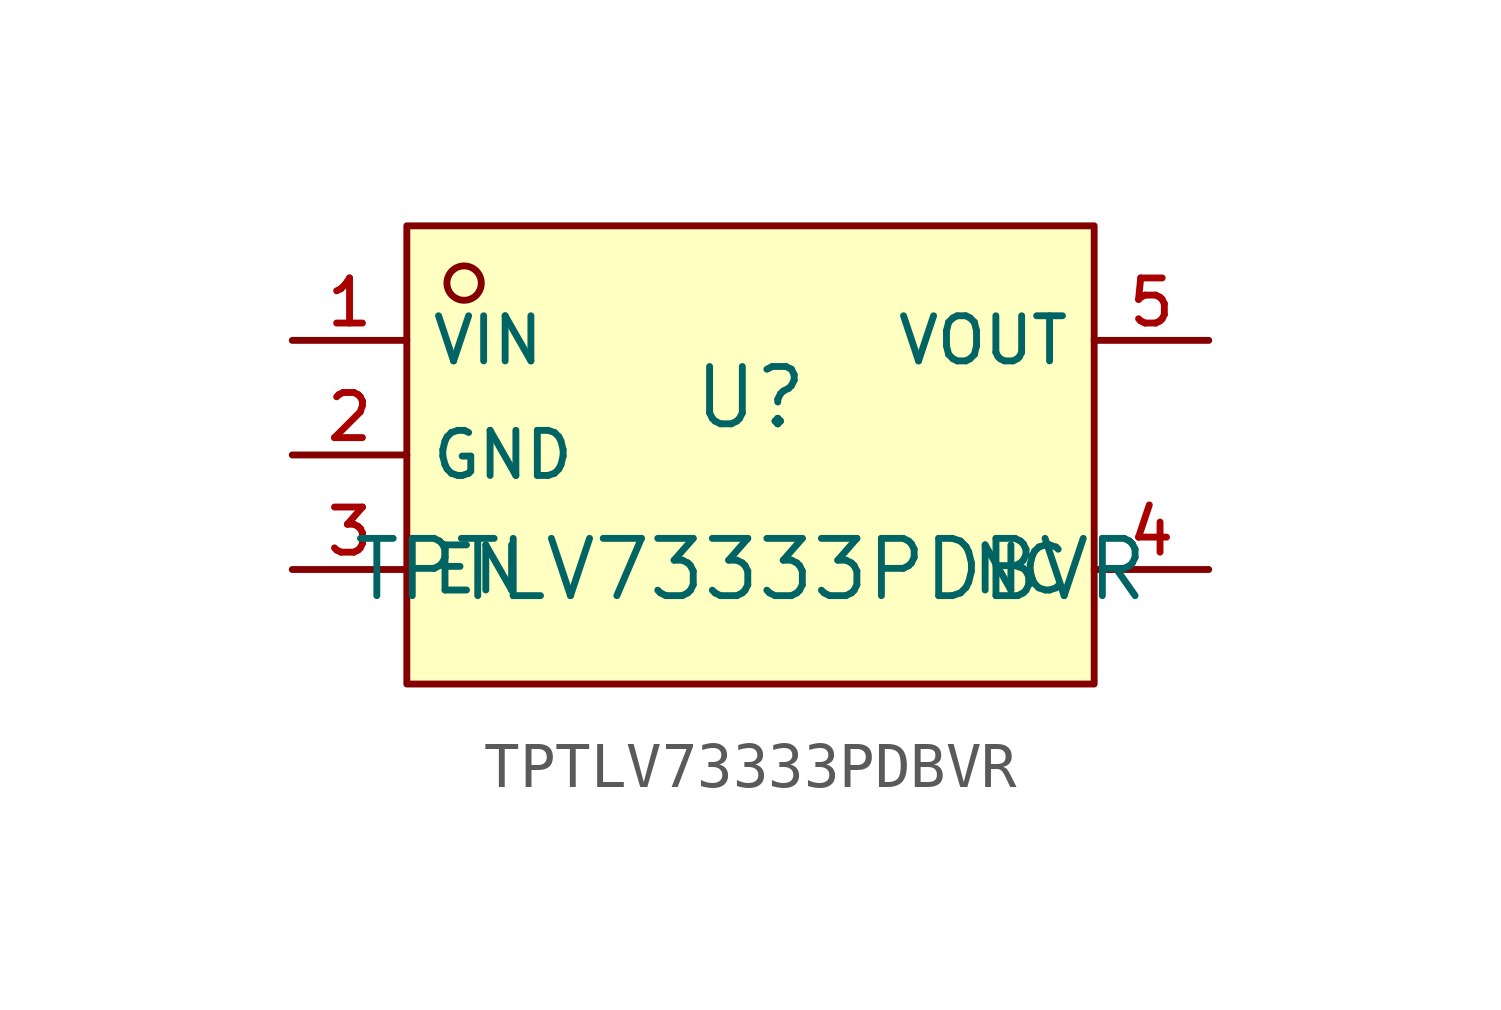
<source format=kicad_sym>
(kicad_symbol_lib
  (version 20210201)
  (generator TousstNicolas/JLC2KiCad_lib)
  (symbol "TPTLV73333PDBVR"
    (property "Reference" "U"
      (at 0 1.27 0)
      (effects (font (size 1.27 1.27))))
    (property "Value" "TPTLV73333PDBVR"
      (at 0 -2.54 0)
      (effects (font (size 1.27 1.27))))
    (symbol "TPTLV73333PDBVR_0_1"
      (rectangle (start -7.62 5.08) (end 7.62 -5.08) (stroke (width 0) (type default) (color 0 0 0 0)) (fill (type background)))
      (circle (center -6.35 3.81) (radius 0.381) (stroke (width 0) (type default) (color 0 0 0 0)) (fill (type background)))
      (pin unspecified line (at -10.16 2.54 0) (length 2.54) (name "VIN" (effects (font (size 1 1)))) (number "1" (effects (font (size 1 1)))))
      (pin unspecified line (at -10.16 -0.0 0) (length 2.54) (name "GND" (effects (font (size 1 1)))) (number "2" (effects (font (size 1 1)))))
      (pin unspecified line (at -10.16 -2.54 0) (length 2.54) (name "EN" (effects (font (size 1 1)))) (number "3" (effects (font (size 1 1)))))
      (pin unspecified line (at 10.16 -2.54 180) (length 2.54) (name "NC" (effects (font (size 1 1)))) (number "4" (effects (font (size 1 1)))))
      (pin unspecified line (at 10.16 2.54 180) (length 2.54) (name "VOUT" (effects (font (size 1 1)))) (number "5" (effects (font (size 1 1))))))))
</source>
